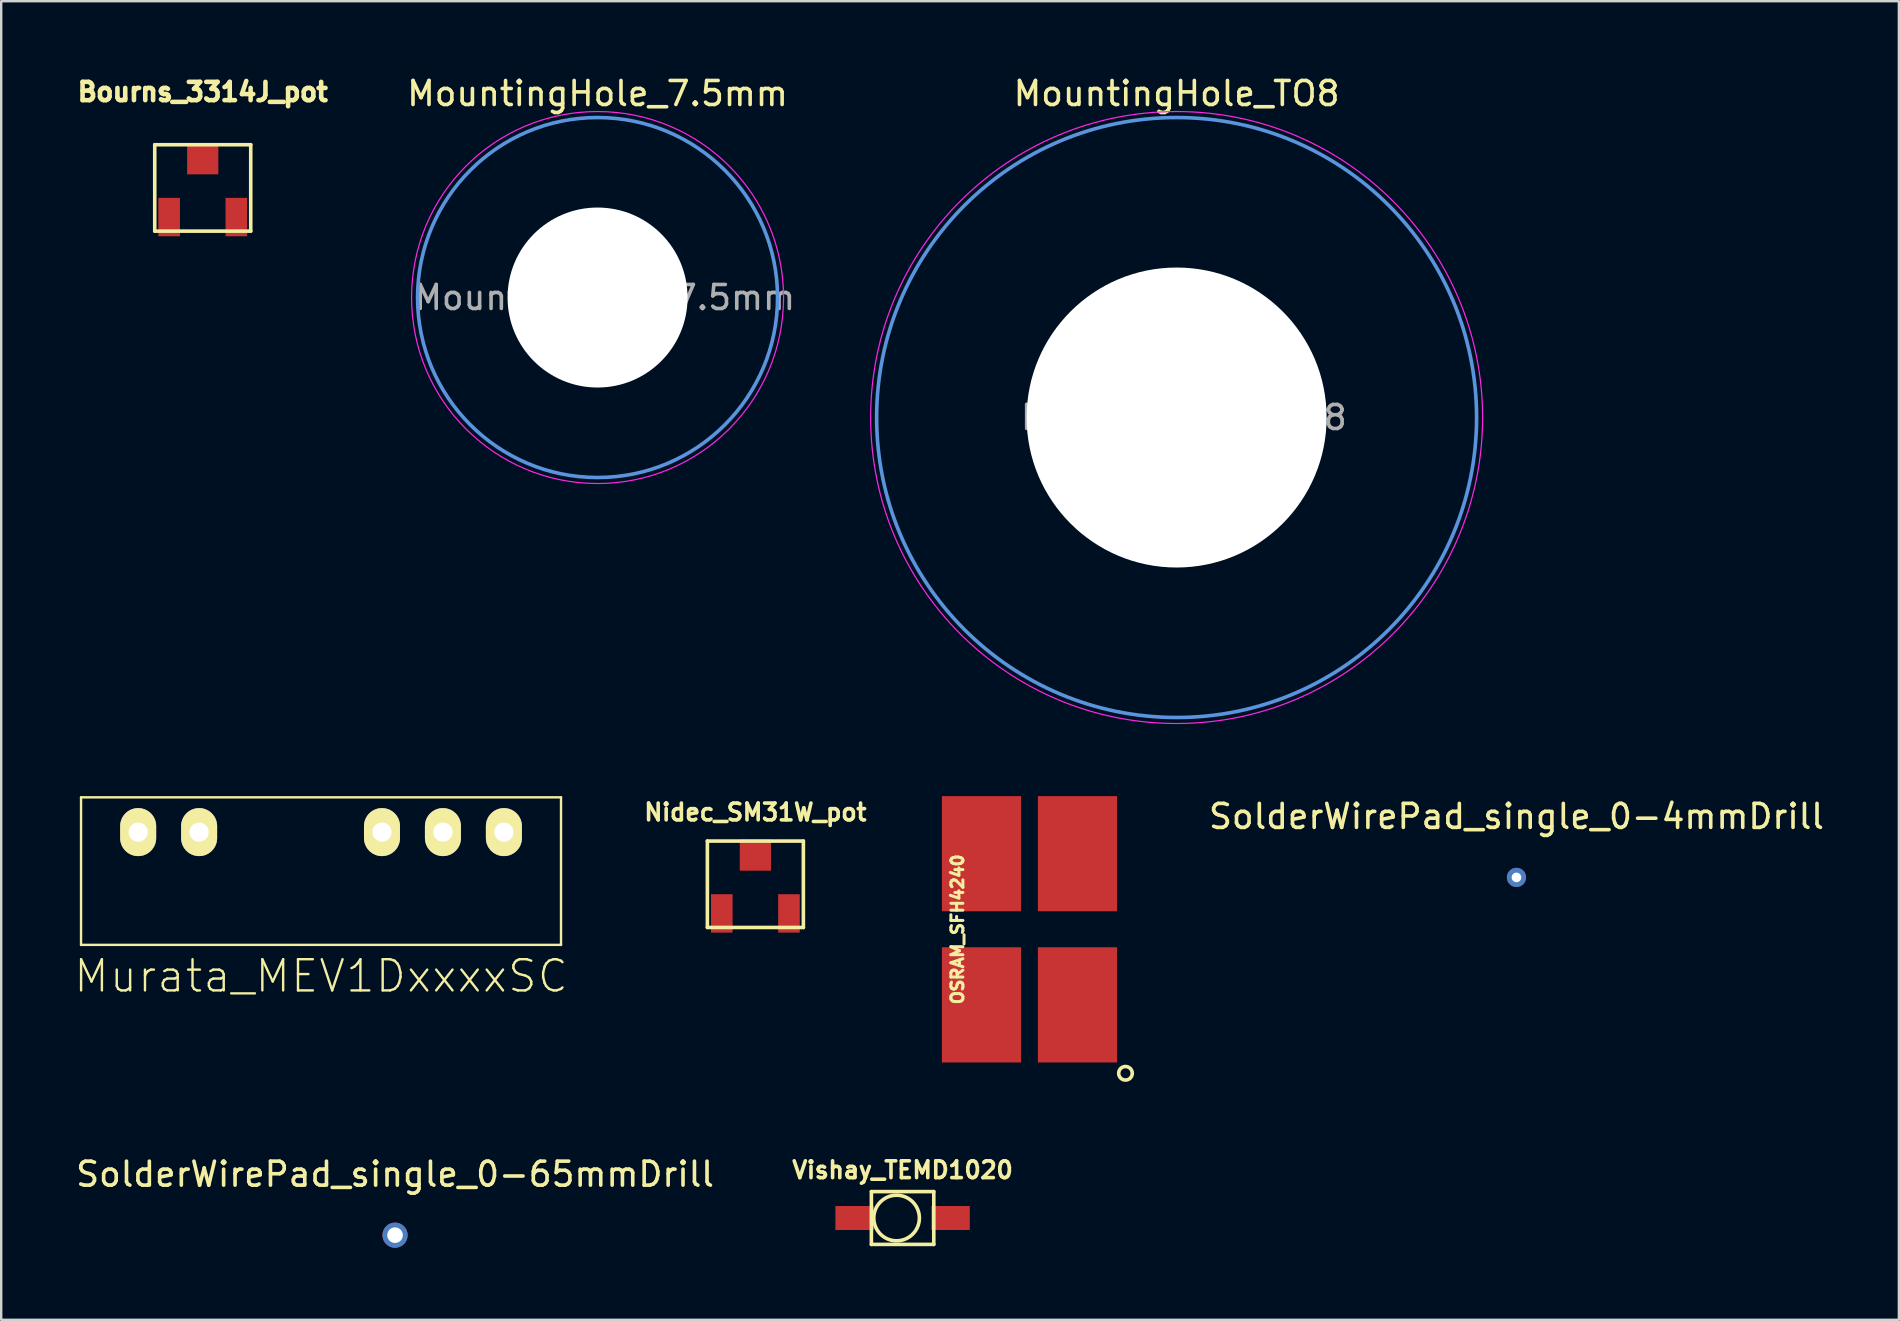
<source format=kicad_pcb>
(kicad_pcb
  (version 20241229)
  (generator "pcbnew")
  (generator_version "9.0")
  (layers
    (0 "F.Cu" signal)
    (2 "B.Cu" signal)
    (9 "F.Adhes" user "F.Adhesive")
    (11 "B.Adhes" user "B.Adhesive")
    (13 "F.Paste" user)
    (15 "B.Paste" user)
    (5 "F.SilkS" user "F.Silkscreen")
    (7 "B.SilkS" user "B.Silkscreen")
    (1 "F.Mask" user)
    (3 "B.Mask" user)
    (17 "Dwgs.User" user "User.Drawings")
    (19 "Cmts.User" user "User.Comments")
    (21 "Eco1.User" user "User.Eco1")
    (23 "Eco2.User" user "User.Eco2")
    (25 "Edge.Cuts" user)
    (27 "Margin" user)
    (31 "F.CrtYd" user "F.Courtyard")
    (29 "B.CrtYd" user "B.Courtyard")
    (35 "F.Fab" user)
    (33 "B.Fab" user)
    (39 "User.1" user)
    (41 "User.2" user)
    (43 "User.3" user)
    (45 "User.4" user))
  (footprint "MountingHole_TO8"
    (layer "F.Cu")
    (at 45.979 14.348)
    (property "Reference" "MountingHole_TO8" (at 0 -13.5 0) (layer "F.SilkS") (effects (font (size 1 1) (thickness 0.15))))
    (attr exclude_from_pos_files exclude_from_bom)
    (fp_circle (center 0 0) (end 12.5 0) (stroke (width 0.15) (type solid)) (fill no) (layer "Cmts.User"))
    (fp_circle (center 0 0) (end 12.75 0) (stroke (width 0.05) (type solid)) (fill no) (layer "F.CrtYd"))
    (fp_text user "${REFERENCE}" (at 0.3 0 0) (layer "F.Fab") (effects (font (size 1 1) (thickness 0.15))))
    (pad "" np_thru_hole circle (at 0 0) (size 12.5 12.5) (drill 12.5) (layers "*.Cu" "*.Mask")))
  (footprint "Vishay_TEMD1020"
    (layer "F.Cu")
    (at 34.56 47.704)
    (property "Reference" "Vishay_TEMD1020" (at 0 -2 0) (layer "F.SilkS") (effects (font (size 0.7 0.7) (thickness 0.15))))
    (attr smd)
    (fp_line (start -1.3 -1.1) (end 1.3 -1.1) (stroke (width 0.15) (type solid)) (layer "F.SilkS"))
    (fp_line (start -1.3 1.1) (end -1.3 -1.1) (stroke (width 0.15) (type solid)) (layer "F.SilkS"))
    (fp_line (start 1.3 -1.1) (end 1.3 1.1) (stroke (width 0.15) (type solid)) (layer "F.SilkS"))
    (fp_line (start 1.3 1.1) (end -1.3 1.1) (stroke (width 0.15) (type solid)) (layer "F.SilkS"))
    (fp_circle (center -0.25 0) (end -0.25 0.95) (stroke (width 0.15) (type solid)) (fill no) (layer "F.SilkS"))
    (pad "1" smd rect (at -2 0) (size 1.6 1) (layers "F.Cu" "F.Mask" "F.Paste"))
    (pad "2" smd rect (at 2 0) (size 1.6 1) (layers "F.Cu" "F.Mask" "F.Paste")))
  (footprint "SolderWirePad_single_0-65mmDrill"
    (layer "F.Cu")
    (at 13.411 48.419)
    (property "Reference" "SolderWirePad_single_0-65mmDrill" (at 0 -2.54 0) (layer "F.SilkS") (effects (font (size 1 1) (thickness 0.15))))
    (attr through_hole)
    (pad "1" thru_hole circle (at 0 0) (size 1.05 1.05) (drill 0.65) (layers "*.Cu" "*.Mask")))
  (footprint "SolderWirePad_single_0-4mmDrill"
    (layer "F.Cu")
    (at 60.14 33.511)
    (property "Reference" "SolderWirePad_single_0-4mmDrill" (at 0 -2.54 0) (layer "F.SilkS") (effects (font (size 1 1) (thickness 0.15))))
    (attr through_hole)
    (pad "1" thru_hole circle (at 0 0) (size 0.8 0.8) (drill 0.4) (layers "*.Cu" "*.Mask")))
  (footprint "Murata_MEV1DxxxxSC"
    (layer "F.Cu")
    (at 10.327 31.623)
    (property "Reference" "Murata_MEV1DxxxxSC" (at 0 6 0) (layer "F.SilkS") (effects (font (size 1.3 1.3) (thickness 0.1))))
    (attr through_hole)
    (fp_line (start -10 -1.45) (end -10 4.7) (stroke (width 0.1) (type solid)) (layer "F.SilkS"))
    (fp_line (start -10 4.7) (end 10 4.7) (stroke (width 0.1) (type solid)) (layer "F.SilkS"))
    (fp_line (start 10 -1.45) (end -10 -1.45) (stroke (width 0.1) (type solid)) (layer "F.SilkS"))
    (fp_line (start 10 4.7) (end 10 -1.45) (stroke (width 0.1) (type solid)) (layer "F.SilkS"))
    (pad "1" thru_hole oval (at -7.62 0) (size 1.5 2) (drill 0.8) (layers "*.Cu" "*.Mask" "F.SilkS"))
    (pad "2" thru_hole oval (at -5.08 0) (size 1.5 2) (drill 0.8) (layers "*.Cu" "*.Mask" "F.SilkS"))
    (pad "5" thru_hole oval (at 2.54 0) (size 1.5 2) (drill 0.8) (layers "*.Cu" "*.Mask" "F.SilkS"))
    (pad "6" thru_hole oval (at 5.08 0) (size 1.5 2) (drill 0.8) (layers "*.Cu" "*.Mask" "F.SilkS"))
    (pad "7" thru_hole oval (at 7.62 0) (size 1.5 2) (drill 0.8) (layers "*.Cu" "*.Mask" "F.SilkS")))
  (footprint "MountingHole_7.5mm"
    (layer "F.Cu")
    (at 21.85 9.348)
    (property "Reference" "MountingHole_7.5mm" (at 0 -8.5 0) (layer "F.SilkS") (effects (font (size 1 1) (thickness 0.15))))
    (attr exclude_from_pos_files exclude_from_bom)
    (fp_circle (center 0 0) (end 7.5 0) (stroke (width 0.15) (type solid)) (fill no) (layer "Cmts.User"))
    (fp_circle (center 0 0) (end 7.75 0) (stroke (width 0.05) (type solid)) (fill no) (layer "F.CrtYd"))
    (fp_text user "${REFERENCE}" (at 0.3 0 0) (layer "F.Fab") (effects (font (size 1 1) (thickness 0.15))))
    (pad "" np_thru_hole circle (at 0 0) (size 7.5 7.5) (drill 7.5) (layers "*.Cu" "*.Mask")))
  (footprint "Nidec_SM31W_pot"
    (layer "F.Cu")
    (at 28.426 33.796)
    (property "Reference" "Nidec_SM31W_pot" (at 0 -3 0) (layer "F.SilkS") (effects (font (size 0.7 0.7) (thickness 0.15))))
    (attr smd)
    (fp_line (start -2 -1.8) (end 2 -1.8) (stroke (width 0.15) (type solid)) (layer "F.SilkS"))
    (fp_line (start -2 1.8) (end -2 -1.8) (stroke (width 0.15) (type solid)) (layer "F.SilkS"))
    (fp_line (start 2 -1.8) (end 2 1.8) (stroke (width 0.15) (type solid)) (layer "F.SilkS"))
    (fp_line (start 2 1.8) (end -2 1.8) (stroke (width 0.15) (type solid)) (layer "F.SilkS"))
    (pad "1" smd rect (at -1.4 1.215) (size 0.9 1.6) (layers "F.Cu" "F.Mask" "F.Paste"))
    (pad "2" smd rect (at 0 -1.215) (size 1.3 1.3) (layers "F.Cu" "F.Mask" "F.Paste"))
    (pad "3" smd rect (at 1.4 1.215) (size 0.9 1.6) (layers "F.Cu" "F.Mask" "F.Paste")))
  (footprint "OSRAM_SFH4240"
    (layer "F.Cu")
    (at 39.848 35.673)
    (property "Reference" "OSRAM_SFH4240" (at -3 0 90) (layer "F.SilkS") (effects (font (size 0.5 0.5) (thickness 0.15))))
    (attr smd)
    (fp_circle (center 4 6) (end 4.2 6.2) (stroke (width 0.15) (type solid)) (fill no) (layer "F.SilkS"))
    (pad "1" smd rect (at 2 3.15) (size 3.3 4.8) (layers "F.Cu" "F.Mask" "F.Paste"))
    (pad "2" smd rect (at -2 3.15) (size 3.3 4.8) (layers "F.Cu" "F.Mask" "F.Paste"))
    (pad "3" smd rect (at -2 -3.15) (size 3.3 4.8) (layers "F.Cu" "F.Mask" "F.Paste"))
    (pad "4" smd rect (at 2 -3.15) (size 3.3 4.8) (layers "F.Cu" "F.Mask" "F.Paste")))
  (footprint "Bourns_3314J_pot"
    (layer "F.Cu")
    (at 5.398 4.78)
    (property "Reference" "Bourns_3314J_pot" (at 0 -4 0) (layer "F.SilkS") (effects (font (size 0.762 0.762) (thickness 0.191))))
    (attr smd)
    (fp_line (start -2 -1.8) (end 2 -1.8) (stroke (width 0.15) (type solid)) (layer "F.SilkS"))
    (fp_line (start -2 1.8) (end -2 -1.8) (stroke (width 0.15) (type solid)) (layer "F.SilkS"))
    (fp_line (start 2 -1.8) (end 2 1.8) (stroke (width 0.15) (type solid)) (layer "F.SilkS"))
    (fp_line (start 2 1.8) (end -2 1.8) (stroke (width 0.15) (type solid)) (layer "F.SilkS"))
    (pad "1" smd rect (at -1.4 1.215) (size 0.9 1.6) (layers "F.Cu" "F.Mask" "F.Paste"))
    (pad "2" smd rect (at 0 -1.215) (size 1.3 1.3) (layers "F.Cu" "F.Mask" "F.Paste"))
    (pad "3" smd rect (at 1.4 1.215) (size 0.9 1.6) (layers "F.Cu" "F.Mask" "F.Paste")))
  (gr_rect
    (start -3 -3)
    (end 76.075 51.944)
    (stroke (width 0.1) (type default))
    (fill no)
    (layer "Edge.Cuts")))
</source>
